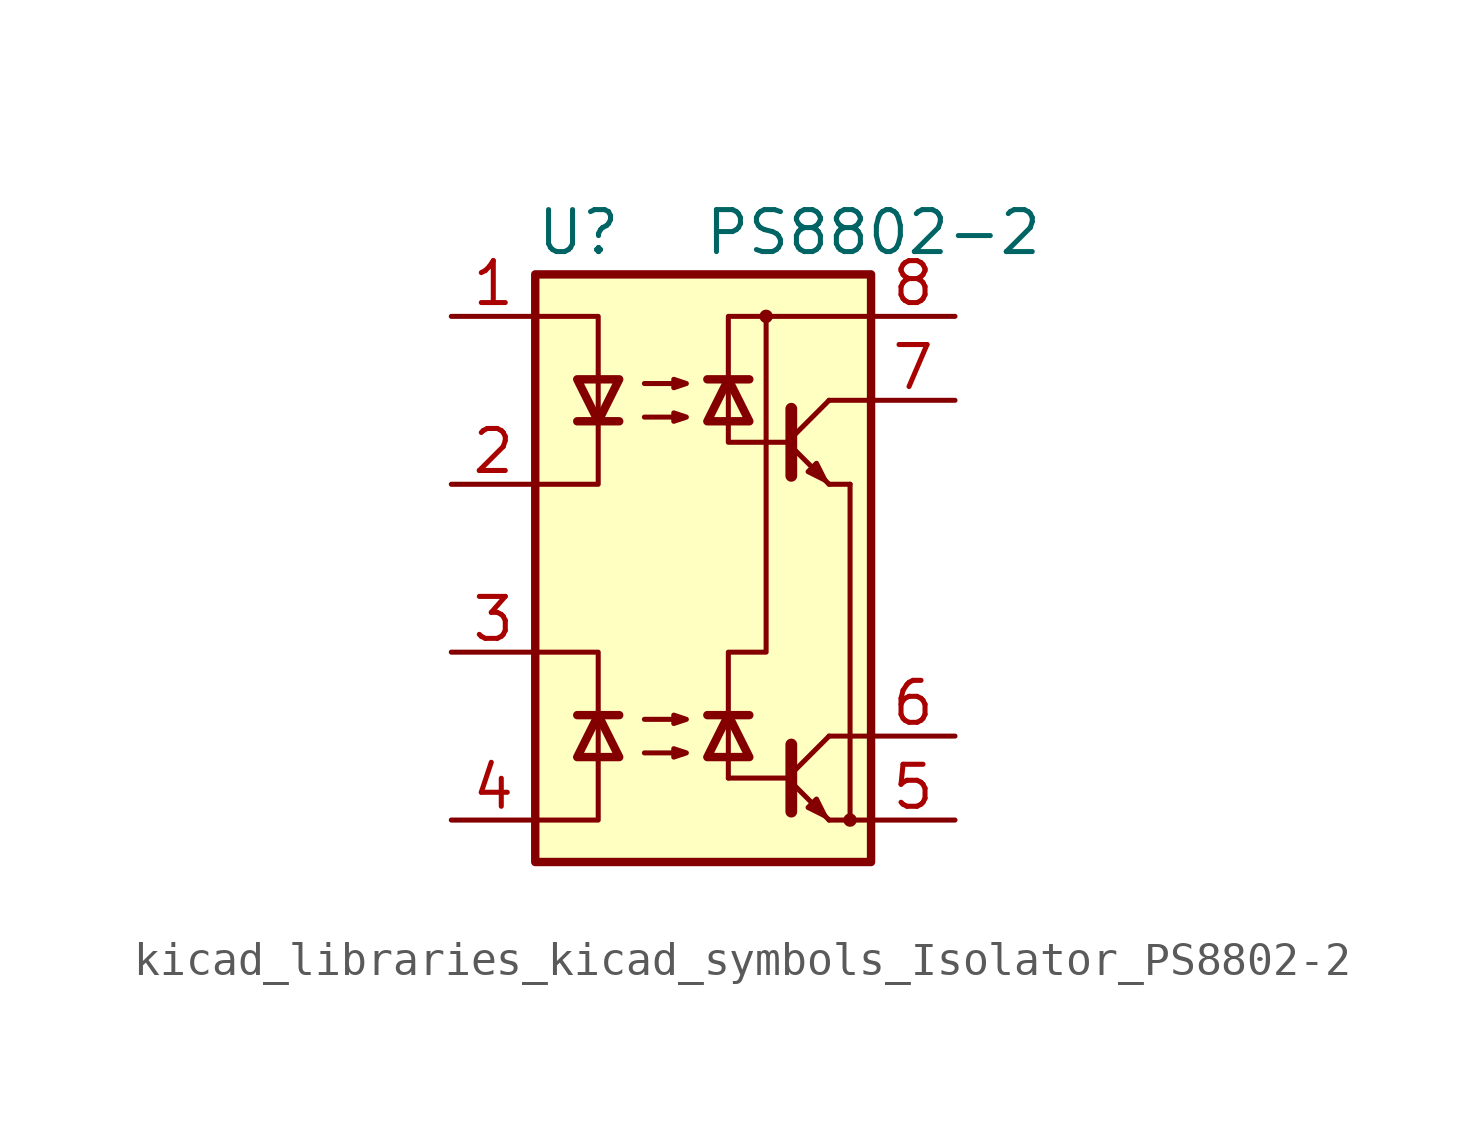
<source format=kicad_sym>
(kicad_symbol_lib
  (version 20220914)
  (generator kicad_symbol_editor)
  (symbol "kicad_libraries_kicad_symbols_Isolator_PS8802-2"
    (pin_names hide)
    (property "Reference" "U"
      (at -5.08 10.16 0)
      (effects (font (size 1.27 1.27)) (justify left)))
    (property "Value" "PS8802-2"
      (at 0 10.16 0)
      (effects (font (size 1.27 1.27)) (justify left)))
    (symbol "kicad_libraries_kicad_symbols_Isolator_PS8802-2_0_1"
      (rectangle (start -5.08 8.89) (end 5.08 -8.89) (stroke (width 0.254) (type default)) (fill (type background)))
      (polyline (pts (xy -3.81 -4.445) (xy -2.54 -4.445)) (stroke (width 0.254) (type default)) (fill (type none)))
      (polyline (pts (xy -3.81 4.445) (xy -2.54 4.445)) (stroke (width 0.254) (type default)) (fill (type none)))
      (polyline (pts (xy 0.762 -6.35) (xy 0.762 -5.715)) (stroke (width 0) (type default)) (fill (type none)))
      (polyline (pts (xy 1.397 -4.445) (xy 0.127 -4.445)) (stroke (width 0.254) (type default)) (fill (type none)))
      (polyline (pts (xy 1.397 5.715) (xy 0.127 5.715)) (stroke (width 0.254) (type default)) (fill (type none)))
      (polyline (pts (xy 2.667 -6.477) (xy 3.81 -7.62)) (stroke (width 0) (type default)) (fill (type none)))
      (polyline (pts (xy 2.667 -6.223) (xy 3.81 -5.08)) (stroke (width 0) (type default)) (fill (type none)))
      (polyline (pts (xy 2.667 3.683) (xy 3.81 2.54)) (stroke (width 0) (type default)) (fill (type none)))
      (polyline (pts (xy 2.667 3.937) (xy 3.81 5.08)) (stroke (width 0) (type default)) (fill (type none)))
      (polyline (pts (xy 3.81 -7.62) (xy 5.08 -7.62)) (stroke (width 0) (type default)) (fill (type none)))
      (polyline (pts (xy 3.81 -5.08) (xy 5.08 -5.08)) (stroke (width 0) (type default)) (fill (type none)))
      (polyline (pts (xy 3.81 2.54) (xy 4.445 2.54)) (stroke (width 0) (type default)) (fill (type none)))
      (polyline (pts (xy 3.81 5.08) (xy 5.08 5.08)) (stroke (width 0) (type default)) (fill (type none)))
      (polyline (pts (xy 4.445 2.54) (xy 4.445 -7.62)) (stroke (width 0) (type default)) (fill (type none)))
      (polyline (pts (xy 0.762 -6.35) (xy 1.905 -6.35) (xy 2.54 -6.35)) (stroke (width 0) (type default)) (fill (type none)))
      (polyline (pts (xy 0.762 4.445) (xy 0.762 7.62) (xy 5.08 7.62)) (stroke (width 0) (type default)) (fill (type none)))
      (polyline (pts (xy 2.667 -5.334) (xy 2.667 -7.366) (xy 2.667 -7.366)) (stroke (width 0.356) (type default)) (fill (type none)))
      (polyline (pts (xy 2.667 4.826) (xy 2.667 2.794) (xy 2.667 2.794)) (stroke (width 0.356) (type default)) (fill (type none)))
      (polyline (pts (xy -5.08 -2.54) (xy -3.175 -2.54) (xy -3.175 -7.62) (xy -5.08 -7.62)) (stroke (width 0) (type default)) (fill (type none)))
      (polyline (pts (xy -5.08 2.54) (xy -3.175 2.54) (xy -3.175 7.62) (xy -5.08 7.62)) (stroke (width 0) (type default)) (fill (type none)))
      (polyline (pts (xy -3.175 -4.445) (xy -3.81 -5.715) (xy -2.54 -5.715) (xy -3.175 -4.445)) (stroke (width 0.254) (type default)) (fill (type none)))
      (polyline (pts (xy -3.175 4.445) (xy -3.81 5.715) (xy -2.54 5.715) (xy -3.175 4.445)) (stroke (width 0.254) (type default)) (fill (type none)))
      (polyline (pts (xy 0.762 -5.715) (xy 0.762 -2.54) (xy 1.905 -2.54) (xy 1.905 7.62)) (stroke (width 0) (type default)) (fill (type none)))
      (polyline (pts (xy 0.762 -4.445) (xy 1.397 -5.715) (xy 0.127 -5.715) (xy 0.762 -4.445)) (stroke (width 0.254) (type default)) (fill (type none)))
      (polyline (pts (xy 0.762 4.445) (xy 0.762 3.81) (xy 1.905 3.81) (xy 2.54 3.81)) (stroke (width 0) (type default)) (fill (type none)))
      (polyline (pts (xy 0.762 5.715) (xy 1.397 4.445) (xy 0.127 4.445) (xy 0.762 5.715)) (stroke (width 0.254) (type default)) (fill (type none)))
      (polyline (pts (xy 3.683 -7.493) (xy 3.429 -6.985) (xy 3.175 -7.239) (xy 3.683 -7.493)) (stroke (width 0) (type default)) (fill (type none)))
      (polyline (pts (xy 3.683 2.667) (xy 3.429 3.175) (xy 3.175 2.921) (xy 3.683 2.667)) (stroke (width 0) (type default)) (fill (type none)))
      (polyline (pts (xy -1.778 -5.588) (xy -0.508 -5.588) (xy -0.889 -5.715) (xy -0.889 -5.461) (xy -0.508 -5.588)) (stroke (width 0) (type default)) (fill (type none)))
      (polyline (pts (xy -1.778 -4.572) (xy -0.508 -4.572) (xy -0.889 -4.699) (xy -0.889 -4.445) (xy -0.508 -4.572)) (stroke (width 0) (type default)) (fill (type none)))
      (polyline (pts (xy -1.778 4.572) (xy -0.508 4.572) (xy -0.889 4.445) (xy -0.889 4.699) (xy -0.508 4.572)) (stroke (width 0) (type default)) (fill (type none)))
      (polyline (pts (xy -1.778 5.588) (xy -0.508 5.588) (xy -0.889 5.461) (xy -0.889 5.715) (xy -0.508 5.588)) (stroke (width 0) (type default)) (fill (type none)))
      (circle (center 1.905 7.62) (radius 0.127) (stroke (width 0) (type default)) (fill (type none)))
      (circle (center 4.445 -7.62) (radius 0.127) (stroke (width 0) (type default)) (fill (type none))))
    (symbol "kicad_libraries_kicad_symbols_Isolator_PS8802-2_1_1"
      (pin passive line (at -7.62 7.62 0) (length 2.54) (name "A1" (effects (font (size 1.27 1.27)))) (number "1" (effects (font (size 1.27 1.27)))))
      (pin passive line (at -7.62 2.54 0) (length 2.54) (name "C1" (effects (font (size 1.27 1.27)))) (number "2" (effects (font (size 1.27 1.27)))))
      (pin passive line (at -7.62 -2.54 0) (length 2.54) (name "C2" (effects (font (size 1.27 1.27)))) (number "3" (effects (font (size 1.27 1.27)))))
      (pin passive line (at -7.62 -7.62 0) (length 2.54) (name "A2" (effects (font (size 1.27 1.27)))) (number "4" (effects (font (size 1.27 1.27)))))
      (pin passive line (at 7.62 -7.62 180) (length 2.54) (name "GND" (effects (font (size 1.27 1.27)))) (number "5" (effects (font (size 1.27 1.27)))))
      (pin passive line (at 7.62 -5.08 180) (length 2.54) (name "VO2" (effects (font (size 1.27 1.27)))) (number "6" (effects (font (size 1.27 1.27)))))
      (pin passive line (at 7.62 5.08 180) (length 2.54) (name "VO1" (effects (font (size 1.27 1.27)))) (number "7" (effects (font (size 1.27 1.27)))))
      (pin passive line (at 7.62 7.62 180) (length 2.54) (name "VCC" (effects (font (size 1.27 1.27)))) (number "8" (effects (font (size 1.27 1.27))))))))
</source>
